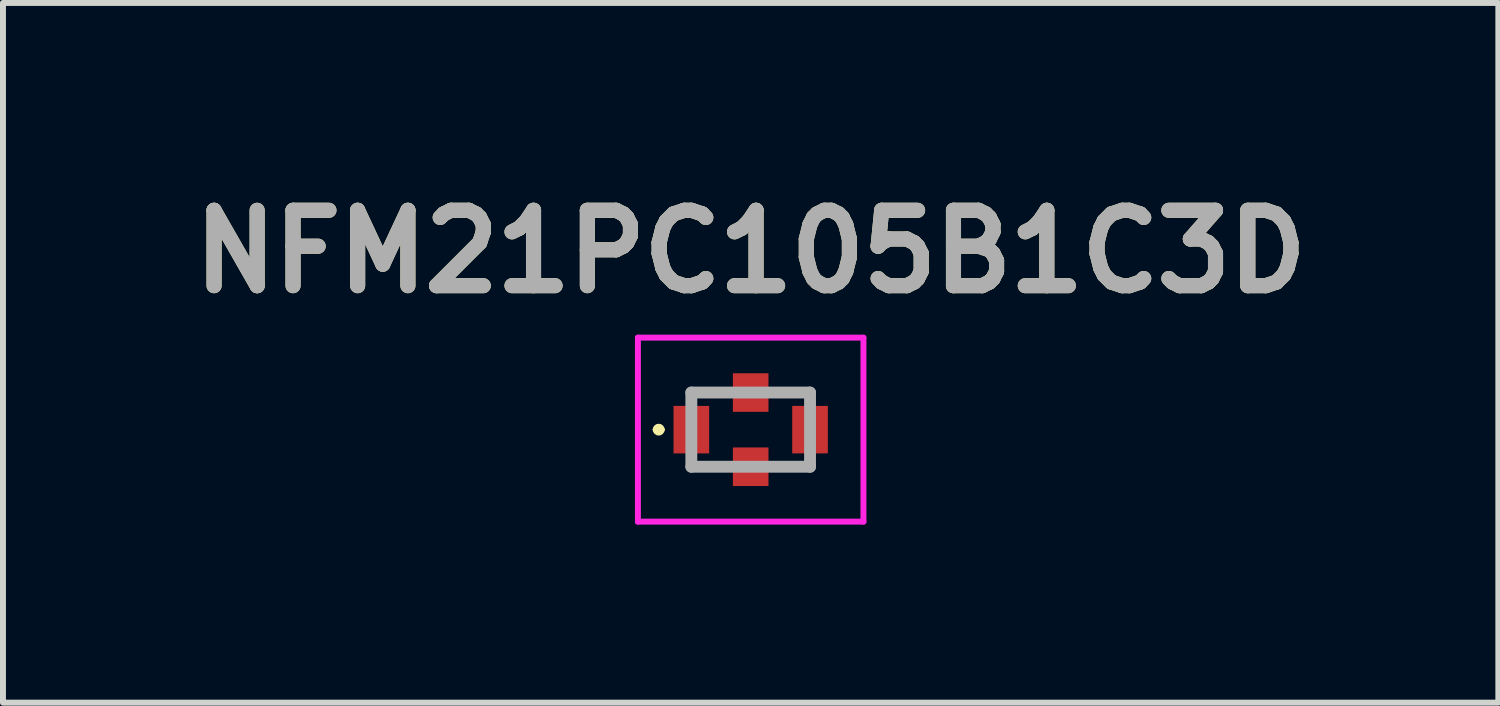
<source format=kicad_pcb>
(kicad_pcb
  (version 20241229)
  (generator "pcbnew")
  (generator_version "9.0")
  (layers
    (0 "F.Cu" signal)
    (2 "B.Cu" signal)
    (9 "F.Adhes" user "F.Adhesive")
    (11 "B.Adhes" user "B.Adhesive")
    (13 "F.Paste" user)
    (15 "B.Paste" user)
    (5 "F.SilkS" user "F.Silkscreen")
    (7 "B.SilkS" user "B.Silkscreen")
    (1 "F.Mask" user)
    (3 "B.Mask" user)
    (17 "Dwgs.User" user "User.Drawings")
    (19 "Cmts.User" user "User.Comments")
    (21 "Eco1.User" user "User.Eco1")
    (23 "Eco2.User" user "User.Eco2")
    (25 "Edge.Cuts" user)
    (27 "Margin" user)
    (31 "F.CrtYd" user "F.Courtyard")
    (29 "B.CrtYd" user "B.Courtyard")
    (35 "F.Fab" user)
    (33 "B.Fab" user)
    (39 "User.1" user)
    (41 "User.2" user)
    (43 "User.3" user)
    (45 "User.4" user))
  (footprint "NFM21PC105B1C3D"
    (layer "F.Cu")
    (at 9.598 4.189)
    (property "Reference" "NFM21PC105B1C3D" (at 0 -3 0) (layer "F.SilkS") (effects (font (size 1.27 1.27) (thickness 0.254))))
    (attr smd)
    (fp_line (start -1.6 0) (end -1.6 0) (stroke (width 0.1) (type solid)) (layer "F.SilkS"))
    (fp_line (start -1.5 0) (end -1.5 0) (stroke (width 0.1) (type solid)) (layer "F.SilkS"))
    (fp_arc (start -1.6 0) (mid -1.55 -0.05) (end -1.5 0) (stroke (width 0.1) (type solid)) (layer "F.SilkS"))
    (fp_arc (start -1.5 0) (mid -1.55 0.05) (end -1.6 0) (stroke (width 0.1) (type solid)) (layer "F.SilkS"))
    (fp_line (start -1.9 -1.55) (end 1.9 -1.55) (stroke (width 0.1) (type solid)) (layer "F.CrtYd"))
    (fp_line (start -1.9 1.55) (end -1.9 -1.55) (stroke (width 0.1) (type solid)) (layer "F.CrtYd"))
    (fp_line (start 1.9 -1.55) (end 1.9 1.55) (stroke (width 0.1) (type solid)) (layer "F.CrtYd"))
    (fp_line (start 1.9 1.55) (end -1.9 1.55) (stroke (width 0.1) (type solid)) (layer "F.CrtYd"))
    (fp_line (start -1 -0.625) (end 1 -0.625) (stroke (width 0.2) (type solid)) (layer "F.Fab"))
    (fp_line (start -1 0.625) (end -1 -0.625) (stroke (width 0.2) (type solid)) (layer "F.Fab"))
    (fp_line (start 1 -0.625) (end 1 0.625) (stroke (width 0.2) (type solid)) (layer "F.Fab"))
    (fp_line (start 1 0.625) (end -1 0.625) (stroke (width 0.2) (type solid)) (layer "F.Fab"))
    (fp_text user "${REFERENCE}" (at 0 -3 0) (layer "F.Fab") (effects (font (size 1.27 1.27) (thickness 0.254))))
    (pad "1" smd rect (at -1 0) (size 0.6 0.8) (layers "F.Cu" "F.Mask" "F.Paste"))
    (pad "2" smd rect (at 0 -0.625) (size 0.6 0.65) (layers "F.Cu" "F.Mask" "F.Paste"))
    (pad "2" smd rect (at 0 0.625) (size 0.6 0.65) (layers "F.Cu" "F.Mask" "F.Paste"))
    (pad "3" smd rect (at 1 0) (size 0.6 0.8) (layers "F.Cu" "F.Mask" "F.Paste")))
  (gr_rect
    (start -3 -3)
    (end 22.195 8.789)
    (stroke (width 0.1) (type default))
    (fill no)
    (layer "Edge.Cuts")))
</source>
